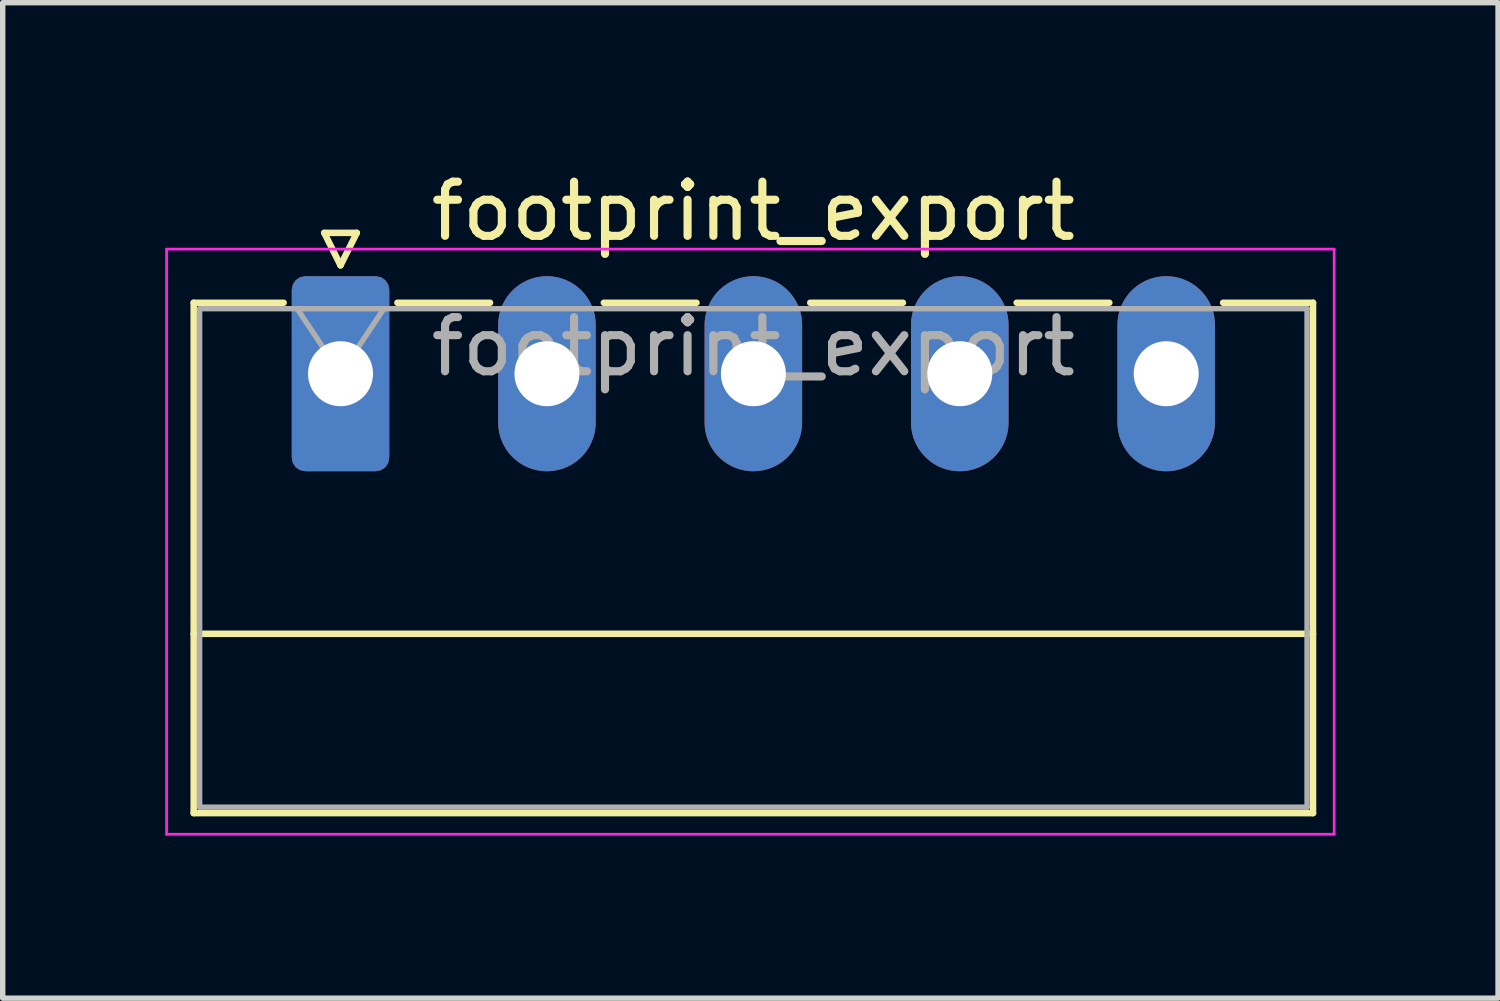
<source format=kicad_pcb>
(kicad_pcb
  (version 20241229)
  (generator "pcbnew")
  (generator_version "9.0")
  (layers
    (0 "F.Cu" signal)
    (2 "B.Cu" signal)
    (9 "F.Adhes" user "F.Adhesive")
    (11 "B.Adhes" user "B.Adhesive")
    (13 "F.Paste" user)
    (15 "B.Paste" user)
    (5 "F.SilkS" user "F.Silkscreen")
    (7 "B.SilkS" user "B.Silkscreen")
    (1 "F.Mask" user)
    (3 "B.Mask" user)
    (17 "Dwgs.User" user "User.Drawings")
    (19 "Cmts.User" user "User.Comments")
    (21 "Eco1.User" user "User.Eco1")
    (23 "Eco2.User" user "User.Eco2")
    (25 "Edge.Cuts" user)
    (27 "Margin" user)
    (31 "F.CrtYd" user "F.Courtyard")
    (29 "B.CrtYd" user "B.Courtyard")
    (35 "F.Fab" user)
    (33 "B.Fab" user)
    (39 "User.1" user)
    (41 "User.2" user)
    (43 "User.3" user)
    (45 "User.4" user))
  (footprint "footprint_export"
    (layer "F.Cu")
    (at 3.235 3.848)
    (property "Reference" "footprint_export" (at 7.62 -3 0) (layer "F.SilkS") (effects (font (size 1 1) (thickness 0.15))))
    (attr through_hole)
    (fp_line (start -2.71 -1.31) (end -2.71 8.11) (stroke (width 0.12) (type solid)) (layer "F.SilkS"))
    (fp_line (start -2.71 -1.31) (end -1.05 -1.31) (stroke (width 0.12) (type solid)) (layer "F.SilkS"))
    (fp_line (start -2.71 4.8) (end 17.95 4.8) (stroke (width 0.12) (type solid)) (layer "F.SilkS"))
    (fp_line (start -2.71 8.11) (end 17.95 8.11) (stroke (width 0.12) (type solid)) (layer "F.SilkS"))
    (fp_line (start -0.3 -2.6) (end 0.3 -2.6) (stroke (width 0.12) (type solid)) (layer "F.SilkS"))
    (fp_line (start 0 -2) (end -0.3 -2.6) (stroke (width 0.12) (type solid)) (layer "F.SilkS"))
    (fp_line (start 0.3 -2.6) (end 0 -2) (stroke (width 0.12) (type solid)) (layer "F.SilkS"))
    (fp_line (start 1.05 -1.31) (end 2.76 -1.31) (stroke (width 0.12) (type solid)) (layer "F.SilkS"))
    (fp_line (start 4.86 -1.31) (end 6.57 -1.31) (stroke (width 0.12) (type solid)) (layer "F.SilkS"))
    (fp_line (start 8.67 -1.31) (end 10.38 -1.31) (stroke (width 0.12) (type solid)) (layer "F.SilkS"))
    (fp_line (start 12.48 -1.31) (end 14.19 -1.31) (stroke (width 0.12) (type solid)) (layer "F.SilkS"))
    (fp_line (start 17.95 -1.31) (end 16.29 -1.31) (stroke (width 0.12) (type solid)) (layer "F.SilkS"))
    (fp_line (start 17.95 8.11) (end 17.95 -1.31) (stroke (width 0.12) (type solid)) (layer "F.SilkS"))
    (fp_line (start -3.21 -2.3) (end -3.21 8.5) (stroke (width 0.05) (type solid)) (layer "F.CrtYd"))
    (fp_line (start -3.21 8.5) (end 18.34 8.5) (stroke (width 0.05) (type solid)) (layer "F.CrtYd"))
    (fp_line (start 18.34 -2.3) (end -3.21 -2.3) (stroke (width 0.05) (type solid)) (layer "F.CrtYd"))
    (fp_line (start 18.34 8.5) (end 18.34 -2.3) (stroke (width 0.05) (type solid)) (layer "F.CrtYd"))
    (fp_line (start -2.6 -1.2) (end -2.6 8) (stroke (width 0.1) (type solid)) (layer "F.Fab"))
    (fp_line (start -2.6 8) (end 17.84 8) (stroke (width 0.1) (type solid)) (layer "F.Fab"))
    (fp_line (start 0 0) (end -0.8 -1.2) (stroke (width 0.1) (type solid)) (layer "F.Fab"))
    (fp_line (start 0.8 -1.2) (end 0 0) (stroke (width 0.1) (type solid)) (layer "F.Fab"))
    (fp_line (start 17.84 -1.2) (end -2.6 -1.2) (stroke (width 0.1) (type solid)) (layer "F.Fab"))
    (fp_line (start 17.84 8) (end 17.84 -1.2) (stroke (width 0.1) (type solid)) (layer "F.Fab"))
    (fp_text user "${REFERENCE}" (at 7.62 -0.5 0) (layer "F.Fab") (effects (font (size 1 1) (thickness 0.15))))
    (pad "1" thru_hole roundrect (at 0 0) (size 1.8 3.6) (drill 1.2) (layers "*.Cu" "*.Mask") (roundrect_rratio 0.139))
    (pad "2" thru_hole oval (at 3.81 0) (size 1.8 3.6) (drill 1.2) (layers "*.Cu" "*.Mask"))
    (pad "3" thru_hole oval (at 7.62 0) (size 1.8 3.6) (drill 1.2) (layers "*.Cu" "*.Mask"))
    (pad "4" thru_hole oval (at 11.43 0) (size 1.8 3.6) (drill 1.2) (layers "*.Cu" "*.Mask"))
    (pad "5" thru_hole oval (at 15.24 0) (size 1.8 3.6) (drill 1.2) (layers "*.Cu" "*.Mask")))
  (gr_rect
    (start -3 -3)
    (end 24.6 15.373)
    (stroke (width 0.1) (type default))
    (fill no)
    (layer "Edge.Cuts")))
</source>
